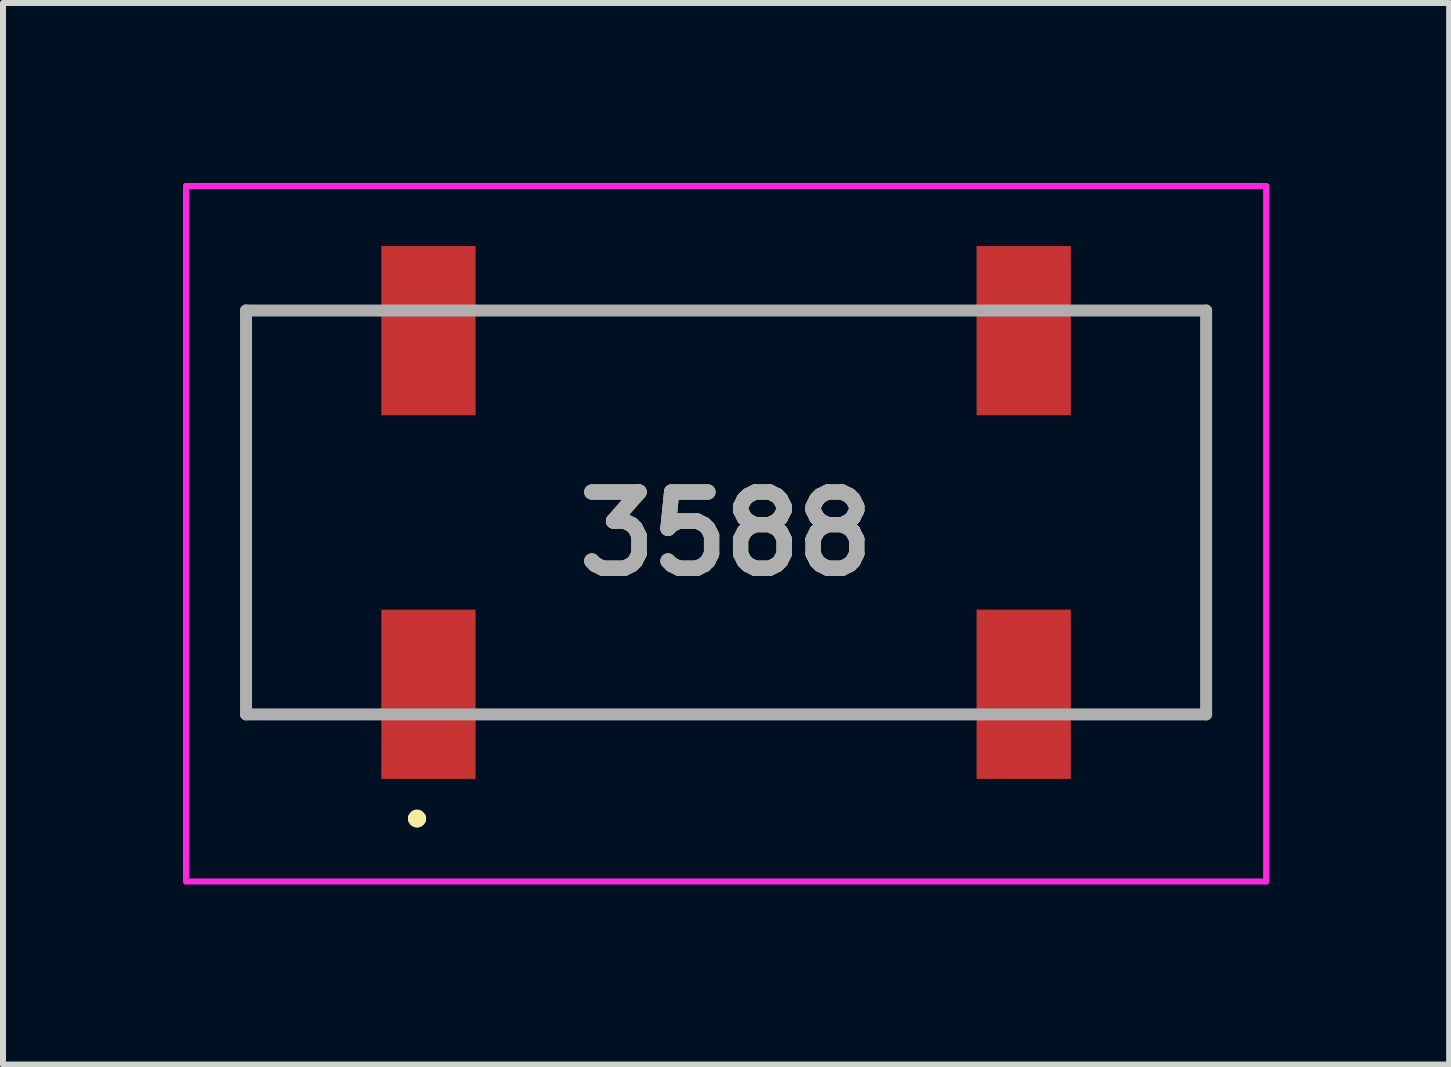
<source format=kicad_pcb>
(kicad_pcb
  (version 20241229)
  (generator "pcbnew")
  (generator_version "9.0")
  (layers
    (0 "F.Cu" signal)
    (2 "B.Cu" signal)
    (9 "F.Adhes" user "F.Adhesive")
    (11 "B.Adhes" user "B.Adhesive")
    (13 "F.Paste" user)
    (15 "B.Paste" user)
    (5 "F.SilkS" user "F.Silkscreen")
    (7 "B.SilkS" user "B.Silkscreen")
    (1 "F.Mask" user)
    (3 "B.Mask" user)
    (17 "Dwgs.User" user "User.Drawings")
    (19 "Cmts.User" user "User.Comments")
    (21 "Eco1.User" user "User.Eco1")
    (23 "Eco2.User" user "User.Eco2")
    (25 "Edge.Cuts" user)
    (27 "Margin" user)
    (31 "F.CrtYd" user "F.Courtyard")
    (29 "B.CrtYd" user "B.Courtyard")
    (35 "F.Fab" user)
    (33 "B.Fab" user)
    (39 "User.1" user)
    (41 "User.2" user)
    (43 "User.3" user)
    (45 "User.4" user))
  (footprint "3588"
    (layer "F.Cu")
    (at 9.05 5.49)
    (property "Reference" "3588" (at 0 0.355 0) (layer "F.SilkS") (effects (font (size 1.27 1.27) (thickness 0.254))))
    (attr smd)
    (fp_line (start -8 -3.365) (end -8 -3.365) (stroke (width 0.1) (type solid)) (layer "F.SilkS"))
    (fp_line (start -8 -3.365) (end -8 -3.365) (stroke (width 0.1) (type solid)) (layer "F.SilkS"))
    (fp_line (start -8 -3.365) (end -8 3.365) (stroke (width 0.1) (type solid)) (layer "F.SilkS"))
    (fp_line (start -8 -3.365) (end -6.75 -3.365) (stroke (width 0.1) (type solid)) (layer "F.SilkS"))
    (fp_line (start -8 3.365) (end -8 -3.365) (stroke (width 0.1) (type solid)) (layer "F.SilkS"))
    (fp_line (start -8 3.365) (end -8 3.365) (stroke (width 0.1) (type solid)) (layer "F.SilkS"))
    (fp_line (start -8 3.365) (end -8 3.365) (stroke (width 0.1) (type solid)) (layer "F.SilkS"))
    (fp_line (start -8 3.365) (end -6.5 3.365) (stroke (width 0.1) (type solid)) (layer "F.SilkS"))
    (fp_line (start -6.75 -3.365) (end -8 -3.365) (stroke (width 0.1) (type solid)) (layer "F.SilkS"))
    (fp_line (start -6.75 -3.365) (end -6.75 -3.365) (stroke (width 0.1) (type solid)) (layer "F.SilkS"))
    (fp_line (start -6.5 3.365) (end -8 3.365) (stroke (width 0.1) (type solid)) (layer "F.SilkS"))
    (fp_line (start -6.5 3.365) (end -6.5 3.365) (stroke (width 0.1) (type solid)) (layer "F.SilkS"))
    (fp_line (start -5.2 5.1) (end -5.2 5.1) (stroke (width 0.2) (type solid)) (layer "F.SilkS"))
    (fp_line (start -5.2 5.1) (end -5.2 5.1) (stroke (width 0.2) (type solid)) (layer "F.SilkS"))
    (fp_line (start -5.1 5.1) (end -5.1 5.1) (stroke (width 0.2) (type solid)) (layer "F.SilkS"))
    (fp_line (start -3.25 -3.365) (end -3.25 -3.365) (stroke (width 0.1) (type solid)) (layer "F.SilkS"))
    (fp_line (start -3.25 -3.365) (end 3.25 -3.365) (stroke (width 0.1) (type solid)) (layer "F.SilkS"))
    (fp_line (start -3.25 3.365) (end -3.25 3.365) (stroke (width 0.1) (type solid)) (layer "F.SilkS"))
    (fp_line (start -3.25 3.365) (end 3.25 3.365) (stroke (width 0.1) (type solid)) (layer "F.SilkS"))
    (fp_line (start 3.25 -3.365) (end -3.25 -3.365) (stroke (width 0.1) (type solid)) (layer "F.SilkS"))
    (fp_line (start 3.25 -3.365) (end 3.25 -3.365) (stroke (width 0.1) (type solid)) (layer "F.SilkS"))
    (fp_line (start 3.25 3.365) (end -3.25 3.365) (stroke (width 0.1) (type solid)) (layer "F.SilkS"))
    (fp_line (start 3.25 3.365) (end 3.25 3.365) (stroke (width 0.1) (type solid)) (layer "F.SilkS"))
    (fp_line (start 6.5 -3.365) (end 6.5 -3.365) (stroke (width 0.1) (type solid)) (layer "F.SilkS"))
    (fp_line (start 6.5 -3.365) (end 8 -3.365) (stroke (width 0.1) (type solid)) (layer "F.SilkS"))
    (fp_line (start 6.5 3.365) (end 6.5 3.365) (stroke (width 0.1) (type solid)) (layer "F.SilkS"))
    (fp_line (start 6.5 3.365) (end 8 3.365) (stroke (width 0.1) (type solid)) (layer "F.SilkS"))
    (fp_line (start 8 -3.365) (end 6.5 -3.365) (stroke (width 0.1) (type solid)) (layer "F.SilkS"))
    (fp_line (start 8 -3.365) (end 8 -3.365) (stroke (width 0.1) (type solid)) (layer "F.SilkS"))
    (fp_line (start 8 -3.365) (end 8 -3.365) (stroke (width 0.1) (type solid)) (layer "F.SilkS"))
    (fp_line (start 8 -3.365) (end 8 3.365) (stroke (width 0.1) (type solid)) (layer "F.SilkS"))
    (fp_line (start 8 3.365) (end 6.5 3.365) (stroke (width 0.1) (type solid)) (layer "F.SilkS"))
    (fp_line (start 8 3.365) (end 8 -3.365) (stroke (width 0.1) (type solid)) (layer "F.SilkS"))
    (fp_line (start 8 3.365) (end 8 3.365) (stroke (width 0.1) (type solid)) (layer "F.SilkS"))
    (fp_line (start 8 3.365) (end 8 3.365) (stroke (width 0.1) (type solid)) (layer "F.SilkS"))
    (fp_arc (start -5.2 5.1) (mid -5.15 5.05) (end -5.1 5.1) (stroke (width 0.2) (type solid)) (layer "F.SilkS"))
    (fp_arc (start -5.1 5.1) (mid -5.15 5.15) (end -5.2 5.1) (stroke (width 0.2) (type solid)) (layer "F.SilkS"))
    (fp_arc (start -5.1 5.1) (mid -5.15 5.15) (end -5.2 5.1) (stroke (width 0.2) (type solid)) (layer "F.SilkS"))
    (fp_line (start -9 -5.44) (end 9 -5.44) (stroke (width 0.1) (type solid)) (layer "F.CrtYd"))
    (fp_line (start -9 6.15) (end -9 -5.44) (stroke (width 0.1) (type solid)) (layer "F.CrtYd"))
    (fp_line (start 9 -5.44) (end 9 6.15) (stroke (width 0.1) (type solid)) (layer "F.CrtYd"))
    (fp_line (start 9 6.15) (end -9 6.15) (stroke (width 0.1) (type solid)) (layer "F.CrtYd"))
    (fp_line (start -8 -3.365) (end -8 3.365) (stroke (width 0.2) (type solid)) (layer "F.Fab"))
    (fp_line (start -8 3.365) (end 8 3.365) (stroke (width 0.2) (type solid)) (layer "F.Fab"))
    (fp_line (start 8 -3.365) (end -8 -3.365) (stroke (width 0.2) (type solid)) (layer "F.Fab"))
    (fp_line (start 8 3.365) (end 8 -3.365) (stroke (width 0.2) (type solid)) (layer "F.Fab"))
    (fp_text user "${REFERENCE}" (at 0 0.355 0) (layer "F.Fab") (effects (font (size 1.27 1.27) (thickness 0.254))))
    (pad "1" smd rect (at -4.96 3.03) (size 1.57 2.82) (layers "F.Cu" "F.Mask" "F.Paste"))
    (pad "2" smd rect (at 4.96 3.03) (size 1.57 2.82) (layers "F.Cu" "F.Mask" "F.Paste"))
    (pad "3" smd rect (at 4.96 -3.03) (size 1.57 2.82) (layers "F.Cu" "F.Mask" "F.Paste"))
    (pad "4" smd rect (at -4.96 -3.03) (size 1.57 2.82) (layers "F.Cu" "F.Mask" "F.Paste")))
  (gr_rect
    (start -3 -3)
    (end 21.1 14.69)
    (stroke (width 0.1) (type default))
    (fill no)
    (layer "Edge.Cuts")))
</source>
